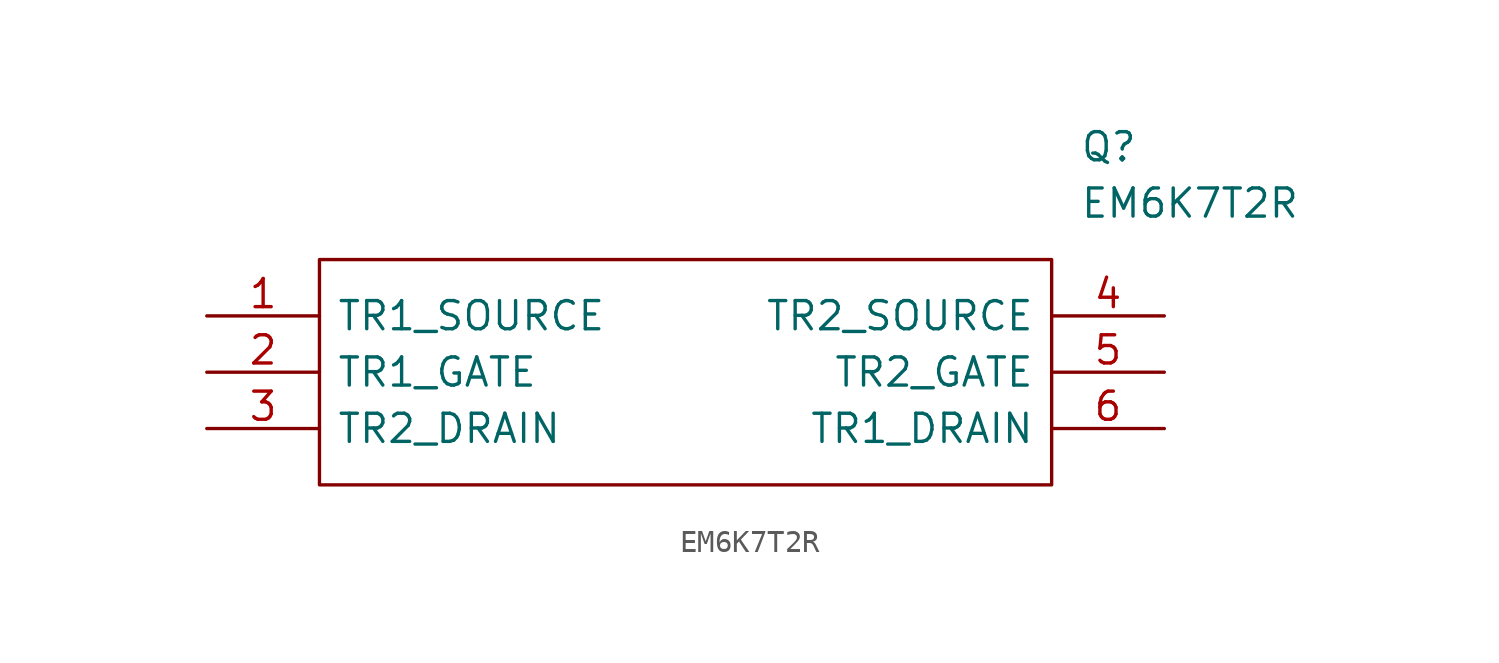
<source format=kicad_sym>
(kicad_symbol_lib
  (version 20220914)
  (generator kicad_symbol_editor)
  (symbol "EM6K7T2R"
    (pin_names
      (offset 0.762))
    (property "Reference" "Q"
      (at 39.37 7.62 0)
      (effects (font (size 1.27 1.27)) (justify left)))
    (property "Value" "EM6K7T2R"
      (at 39.37 5.08 0)
      (effects (font (size 1.27 1.27)) (justify left)))
    (symbol "EM6K7T2R_0_0"
      (pin passive line (at 0 0 0) (length 5.08) (name "TR1_SOURCE" (effects (font (size 1.27 1.27)))) (number "1" (effects (font (size 1.27 1.27)))))
      (pin passive line (at 0 -2.54 0) (length 5.08) (name "TR1_GATE" (effects (font (size 1.27 1.27)))) (number "2" (effects (font (size 1.27 1.27)))))
      (pin passive line (at 0 -5.08 0) (length 5.08) (name "TR2_DRAIN" (effects (font (size 1.27 1.27)))) (number "3" (effects (font (size 1.27 1.27)))))
      (pin passive line (at 43.18 0 180) (length 5.08) (name "TR2_SOURCE" (effects (font (size 1.27 1.27)))) (number "4" (effects (font (size 1.27 1.27)))))
      (pin passive line (at 43.18 -2.54 180) (length 5.08) (name "TR2_GATE" (effects (font (size 1.27 1.27)))) (number "5" (effects (font (size 1.27 1.27)))))
      (pin passive line (at 43.18 -5.08 180) (length 5.08) (name "TR1_DRAIN" (effects (font (size 1.27 1.27)))) (number "6" (effects (font (size 1.27 1.27))))))
    (symbol "EM6K7T2R_0_1"
      (polyline (pts (xy 5.08 2.54) (xy 38.1 2.54) (xy 38.1 -7.62) (xy 5.08 -7.62) (xy 5.08 2.54)) (stroke (width 0.152) (type solid)) (fill (type none))))))
</source>
